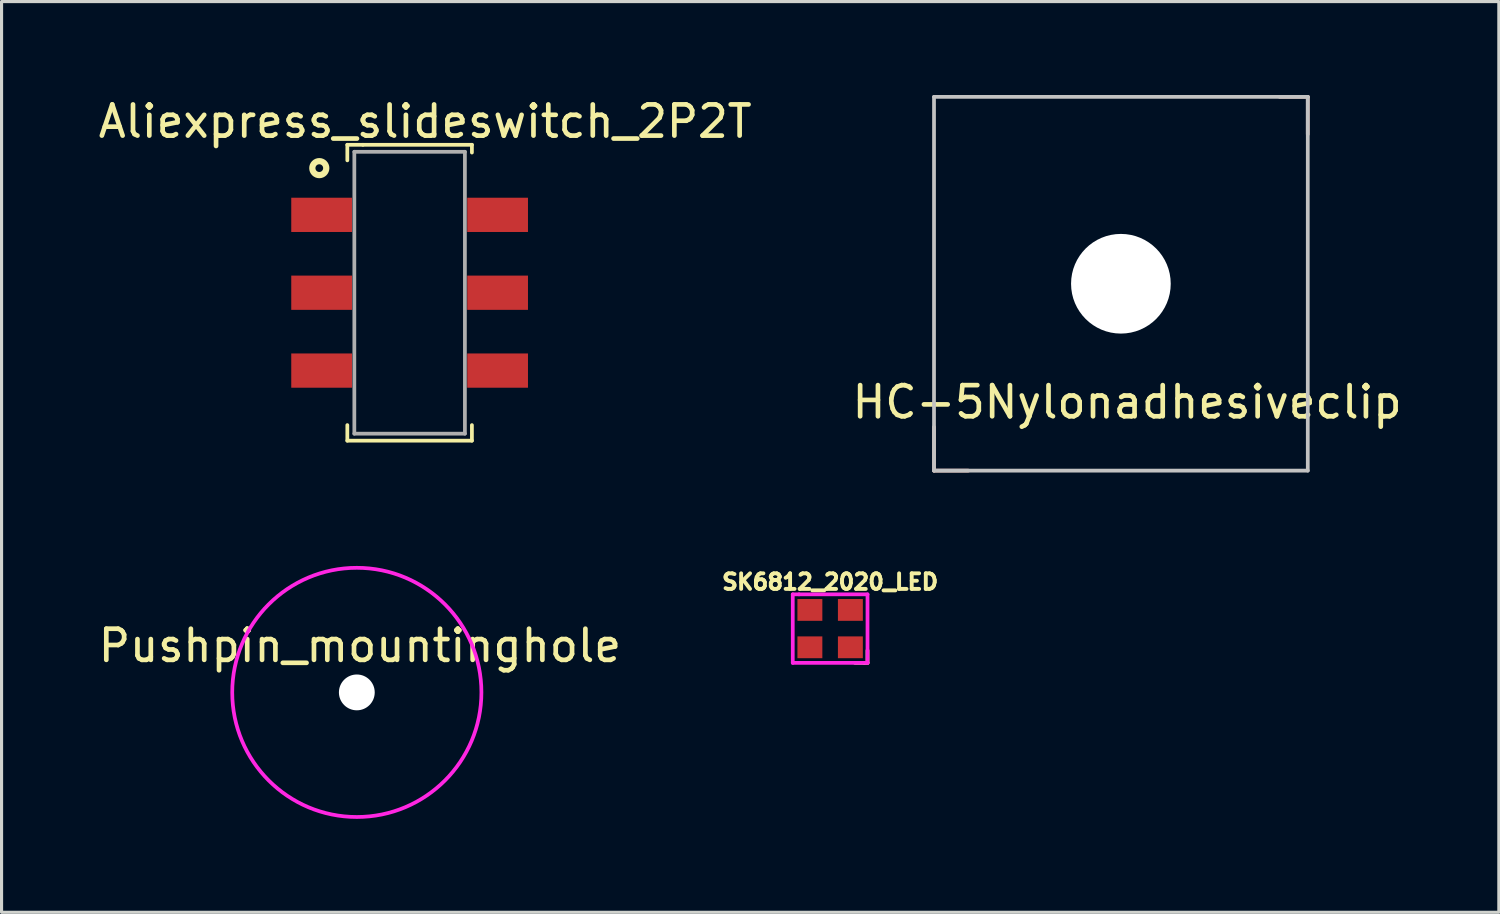
<source format=kicad_pcb>
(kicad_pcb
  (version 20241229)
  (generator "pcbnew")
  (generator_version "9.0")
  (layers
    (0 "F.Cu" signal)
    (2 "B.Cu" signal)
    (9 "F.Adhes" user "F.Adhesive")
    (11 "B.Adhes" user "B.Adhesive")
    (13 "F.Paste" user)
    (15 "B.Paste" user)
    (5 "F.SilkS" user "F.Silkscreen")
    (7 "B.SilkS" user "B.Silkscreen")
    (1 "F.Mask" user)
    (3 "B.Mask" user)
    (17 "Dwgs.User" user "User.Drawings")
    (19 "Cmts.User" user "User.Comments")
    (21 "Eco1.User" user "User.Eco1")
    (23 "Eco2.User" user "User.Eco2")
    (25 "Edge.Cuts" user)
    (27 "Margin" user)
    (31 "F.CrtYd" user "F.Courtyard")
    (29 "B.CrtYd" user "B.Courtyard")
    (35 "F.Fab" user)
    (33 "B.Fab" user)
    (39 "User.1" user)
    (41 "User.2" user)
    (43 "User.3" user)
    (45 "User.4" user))
  (footprint "Pushpin_mountinghole"
    (layer "F.Cu")
    (at 8.406 19.18)
    (property "Reference" "Pushpin_mountinghole" (at 0.1 -1.5 0) (layer "F.SilkS") (effects (font (size 1 1) (thickness 0.15))))
    (attr through_hole)
    (fp_circle (center 0 0) (end 4 0) (stroke (width 0.12) (type solid)) (fill no) (layer "F.CrtYd"))
    (pad "" np_thru_hole circle (at 0 0) (size 1.15 1.15) (drill 1.15) (layers "*.Cu" "*.Mask")))
  (footprint "HC-5Nylonadhesiveclip"
    (layer "F.Cu")
    (at 32.937 6.06)
    (property "Reference" "HC-5Nylonadhesiveclip" (at 0.2 3.8 0) (layer "F.SilkS") (effects (font (size 1 1) (thickness 0.15))))
    (attr through_hole)
    (fp_line (start -6 4.6) (end -6 6) (stroke (width 0.12) (type solid)) (layer "B.SilkS"))
    (fp_line (start -6 6) (end -4.9 6) (stroke (width 0.12) (type solid)) (layer "B.SilkS"))
    (fp_line (start 5.1 -6) (end 6 -6) (stroke (width 0.12) (type solid)) (layer "B.SilkS"))
    (fp_line (start 6 -6) (end 6 -4.8) (stroke (width 0.12) (type solid)) (layer "B.SilkS"))
    (fp_line (start -6 6) (end -6 -6) (stroke (width 0.12) (type solid)) (layer "Dwgs.User"))
    (fp_line (start 6 -6) (end -6 -6) (stroke (width 0.12) (type solid)) (layer "Dwgs.User"))
    (fp_line (start 6 -6) (end 6 6) (stroke (width 0.12) (type solid)) (layer "Dwgs.User"))
    (fp_line (start 6 6) (end -6 6) (stroke (width 0.12) (type solid)) (layer "Dwgs.User"))
    (pad "" np_thru_hole circle (at 0 0) (size 3.2 3.2) (drill 3.2) (layers "*.Cu" "*.Mask")))
  (footprint "SK6812_2020_LED"
    (layer "F.Cu")
    (at 23.602 17.132)
    (property "Reference" "SK6812_2020_LED" (at 0 -1.5 0) (layer "F.SilkS") (effects (font (size 0.5 0.5) (thickness 0.125))))
    (attr through_hole)
    (fp_line (start 0.8 1.1) (end 1.1 1.1) (stroke (width 0.12) (type solid)) (layer "F.SilkS"))
    (fp_line (start 1.1 1.1) (end 1.2 1.1) (stroke (width 0.12) (type solid)) (layer "F.SilkS"))
    (fp_line (start 1.2 1.1) (end 1.2 0.7) (stroke (width 0.12) (type solid)) (layer "F.SilkS"))
    (fp_line (start -1.2 -1.1) (end -1 -1.1) (stroke (width 0.12) (type solid)) (layer "F.CrtYd"))
    (fp_line (start -1.2 1.1) (end -1.2 -1.1) (stroke (width 0.12) (type solid)) (layer "F.CrtYd"))
    (fp_line (start -1 -1.1) (end 1.2 -1.1) (stroke (width 0.12) (type solid)) (layer "F.CrtYd"))
    (fp_line (start 1.2 -1.1) (end 1.2 1.1) (stroke (width 0.12) (type solid)) (layer "F.CrtYd"))
    (fp_line (start 1.2 1.1) (end -1.2 1.1) (stroke (width 0.12) (type solid)) (layer "F.CrtYd"))
    (pad "1" smd rect (at 0.65 0.6) (size 0.8 0.7) (layers "F.Cu" "F.Mask" "F.Paste"))
    (pad "2" smd rect (at 0.65 -0.6) (size 0.8 0.7) (layers "F.Cu" "F.Mask" "F.Paste"))
    (pad "3" smd rect (at -0.65 -0.6) (size 0.8 0.7) (layers "F.Cu" "F.Mask" "F.Paste"))
    (pad "4" smd rect (at -0.65 0.6) (size 0.8 0.7) (layers "F.Cu" "F.Mask" "F.Paste")))
  (footprint "Aliexpress_slideswitch_2P2T"
    (layer "F.Cu")
    (at 10.101 6.348)
    (property "Reference" "Aliexpress_slideswitch_2P2T" (at 0.5 -5.5 0) (layer "F.SilkS") (effects (font (size 1 1) (thickness 0.15))))
    (attr through_hole)
    (fp_line (start -2 -4.75) (end -1.5 -4.75) (stroke (width 0.12) (type solid)) (layer "F.SilkS"))
    (fp_line (start -2 -4.25) (end -2 -4.75) (stroke (width 0.12) (type solid)) (layer "F.SilkS"))
    (fp_line (start -2 4.25) (end -2 4.75) (stroke (width 0.12) (type solid)) (layer "F.SilkS"))
    (fp_line (start -2 4.75) (end 2 4.75) (stroke (width 0.12) (type solid)) (layer "F.SilkS"))
    (fp_line (start -1.5 -4.75) (end 2 -4.75) (stroke (width 0.12) (type solid)) (layer "F.SilkS"))
    (fp_line (start 2 -4.75) (end 2 -4.5) (stroke (width 0.12) (type solid)) (layer "F.SilkS"))
    (fp_line (start 2 4.75) (end 2 4.25) (stroke (width 0.12) (type solid)) (layer "F.SilkS"))
    (fp_circle (center -2.9 -4) (end -2.676 -4) (stroke (width 0.2) (type solid)) (fill no) (layer "F.SilkS"))
    (fp_line (start -1.775 -4.525) (end 1.775 -4.525) (stroke (width 0.12) (type solid)) (layer "F.Fab"))
    (fp_line (start -1.775 4.525) (end -1.775 -4.525) (stroke (width 0.12) (type solid)) (layer "F.Fab"))
    (fp_line (start 1.775 -4.525) (end 1.775 4.525) (stroke (width 0.12) (type solid)) (layer "F.Fab"))
    (fp_line (start 1.775 4.525) (end -1.775 4.525) (stroke (width 0.12) (type solid)) (layer "F.Fab"))
    (pad "1" smd rect (at -2.825 -2.5) (size 1.95 1.1) (layers "F.Cu" "F.Mask" "F.Paste"))
    (pad "2" smd rect (at -2.825 0) (size 1.95 1.1) (layers "F.Cu" "F.Mask" "F.Paste"))
    (pad "3" smd rect (at -2.825 2.5) (size 1.95 1.1) (layers "F.Cu" "F.Mask" "F.Paste"))
    (pad "4" smd rect (at 2.825 -2.5) (size 1.95 1.1) (layers "F.Cu" "F.Mask" "F.Paste"))
    (pad "5" smd rect (at 2.825 0) (size 1.95 1.1) (layers "F.Cu" "F.Mask" "F.Paste"))
    (pad "6" smd rect (at 2.825 2.5) (size 1.95 1.1) (layers "F.Cu" "F.Mask" "F.Paste")))
  (gr_rect
    (start -3 -3)
    (end 45.071 26.24)
    (stroke (width 0.1) (type default))
    (fill no)
    (layer "Edge.Cuts")))
</source>
